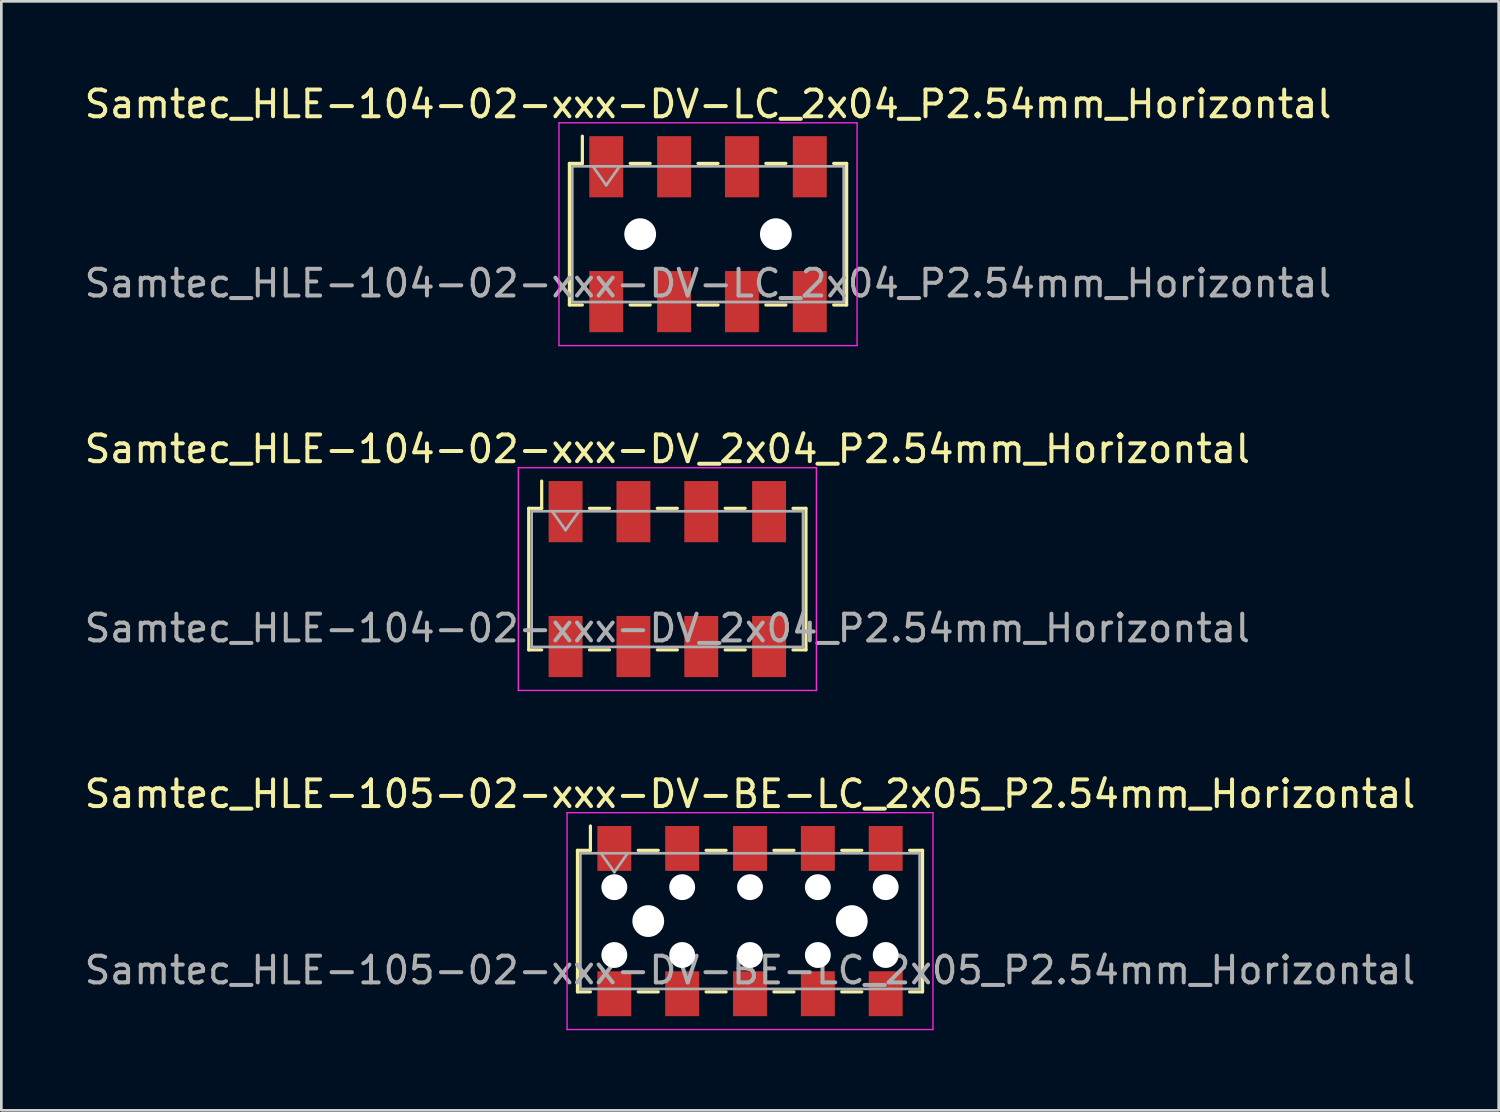
<source format=kicad_pcb>
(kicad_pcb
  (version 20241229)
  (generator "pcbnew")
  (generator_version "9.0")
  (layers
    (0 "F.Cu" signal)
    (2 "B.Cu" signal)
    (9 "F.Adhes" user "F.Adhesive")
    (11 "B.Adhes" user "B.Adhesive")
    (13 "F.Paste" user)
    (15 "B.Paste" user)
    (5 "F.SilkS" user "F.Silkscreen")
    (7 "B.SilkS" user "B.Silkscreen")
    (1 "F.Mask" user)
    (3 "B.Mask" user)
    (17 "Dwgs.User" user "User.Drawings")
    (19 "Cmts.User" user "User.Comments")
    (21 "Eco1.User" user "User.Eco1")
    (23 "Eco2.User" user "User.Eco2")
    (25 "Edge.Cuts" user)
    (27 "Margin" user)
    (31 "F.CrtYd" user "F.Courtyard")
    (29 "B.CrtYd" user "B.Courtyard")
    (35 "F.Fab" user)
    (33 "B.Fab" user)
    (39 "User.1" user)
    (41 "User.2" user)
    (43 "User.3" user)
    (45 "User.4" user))
  (footprint "Samtec_HLE-104-02-xxx-DV-LC_2x04_P2.54mm_Horizontal"
    (layer "F.Cu")
    (at 23.458 5.718)
    (property "Reference" "Samtec_HLE-104-02-xxx-DV-LC_2x04_P2.54mm_Horizontal" (at 0 -4.87 0) (layer "F.SilkS") (effects (font (size 1 1) (thickness 0.15))))
    (attr smd)
    (fp_line (start -5.19 -2.65) (end -5.19 2.65) (stroke (width 0.12) (type solid)) (layer "F.SilkS"))
    (fp_line (start -5.19 2.65) (end -4.705 2.65) (stroke (width 0.12) (type solid)) (layer "F.SilkS"))
    (fp_line (start -4.705 -3.67) (end -4.705 -2.65) (stroke (width 0.12) (type solid)) (layer "F.SilkS"))
    (fp_line (start -4.705 -2.65) (end -5.19 -2.65) (stroke (width 0.12) (type solid)) (layer "F.SilkS"))
    (fp_line (start -2.915 -2.65) (end -2.165 -2.65) (stroke (width 0.12) (type solid)) (layer "F.SilkS"))
    (fp_line (start -2.915 2.65) (end -2.165 2.65) (stroke (width 0.12) (type solid)) (layer "F.SilkS"))
    (fp_line (start -0.375 -2.65) (end 0.375 -2.65) (stroke (width 0.12) (type solid)) (layer "F.SilkS"))
    (fp_line (start -0.375 2.65) (end 0.375 2.65) (stroke (width 0.12) (type solid)) (layer "F.SilkS"))
    (fp_line (start 2.165 -2.65) (end 2.915 -2.65) (stroke (width 0.12) (type solid)) (layer "F.SilkS"))
    (fp_line (start 2.165 2.65) (end 2.915 2.65) (stroke (width 0.12) (type solid)) (layer "F.SilkS"))
    (fp_line (start 4.705 -2.65) (end 5.19 -2.65) (stroke (width 0.12) (type solid)) (layer "F.SilkS"))
    (fp_line (start 5.19 -2.65) (end 5.19 2.65) (stroke (width 0.12) (type solid)) (layer "F.SilkS"))
    (fp_line (start 5.19 2.65) (end 4.705 2.65) (stroke (width 0.12) (type solid)) (layer "F.SilkS"))
    (fp_line (start -5.58 -4.17) (end 5.58 -4.17) (stroke (width 0.05) (type solid)) (layer "F.CrtYd"))
    (fp_line (start -5.58 4.17) (end -5.58 -4.17) (stroke (width 0.05) (type solid)) (layer "F.CrtYd"))
    (fp_line (start 5.58 -4.17) (end 5.58 4.17) (stroke (width 0.05) (type solid)) (layer "F.CrtYd"))
    (fp_line (start 5.58 4.17) (end -5.58 4.17) (stroke (width 0.05) (type solid)) (layer "F.CrtYd"))
    (fp_line (start -5.08 -2.54) (end 5.08 -2.54) (stroke (width 0.1) (type solid)) (layer "F.Fab"))
    (fp_line (start -5.08 2.54) (end -5.08 -2.54) (stroke (width 0.1) (type solid)) (layer "F.Fab"))
    (fp_line (start -4.31 -2.54) (end -3.81 -1.833) (stroke (width 0.1) (type solid)) (layer "F.Fab"))
    (fp_line (start -3.81 -1.833) (end -3.31 -2.54) (stroke (width 0.1) (type solid)) (layer "F.Fab"))
    (fp_line (start 5.08 -2.54) (end 5.08 2.54) (stroke (width 0.1) (type solid)) (layer "F.Fab"))
    (fp_line (start 5.08 2.54) (end -5.08 2.54) (stroke (width 0.1) (type solid)) (layer "F.Fab"))
    (fp_text user "${REFERENCE}" (at 0 1.84 0) (layer "F.Fab") (effects (font (size 1 1) (thickness 0.15))))
    (pad "" np_thru_hole circle (at -2.54 0) (size 1.19 1.19) (drill 1.19) (layers "*.Cu" "*.Mask"))
    (pad "" np_thru_hole circle (at 2.54 0) (size 1.19 1.19) (drill 1.19) (layers "*.Cu" "*.Mask"))
    (pad "1" smd rect (at -3.81 -2.525) (size 1.27 2.29) (layers "F.Cu" "F.Mask" "F.Paste"))
    (pad "2" smd rect (at -3.81 2.525) (size 1.27 2.29) (layers "F.Cu" "F.Mask" "F.Paste"))
    (pad "3" smd rect (at -1.27 -2.525) (size 1.27 2.29) (layers "F.Cu" "F.Mask" "F.Paste"))
    (pad "4" smd rect (at -1.27 2.525) (size 1.27 2.29) (layers "F.Cu" "F.Mask" "F.Paste"))
    (pad "5" smd rect (at 1.27 -2.525) (size 1.27 2.29) (layers "F.Cu" "F.Mask" "F.Paste"))
    (pad "6" smd rect (at 1.27 2.525) (size 1.27 2.29) (layers "F.Cu" "F.Mask" "F.Paste"))
    (pad "7" smd rect (at 3.81 -2.525) (size 1.27 2.29) (layers "F.Cu" "F.Mask" "F.Paste"))
    (pad "8" smd rect (at 3.81 2.525) (size 1.27 2.29) (layers "F.Cu" "F.Mask" "F.Paste")))
  (footprint "Samtec_HLE-104-02-xxx-DV_2x04_P2.54mm_Horizontal"
    (layer "F.Cu")
    (at 21.935 18.631)
    (property "Reference" "Samtec_HLE-104-02-xxx-DV_2x04_P2.54mm_Horizontal" (at 0 -4.87 0) (layer "F.SilkS") (effects (font (size 1 1) (thickness 0.15))))
    (attr smd)
    (fp_line (start -5.19 -2.65) (end -5.19 2.65) (stroke (width 0.12) (type solid)) (layer "F.SilkS"))
    (fp_line (start -5.19 2.65) (end -4.705 2.65) (stroke (width 0.12) (type solid)) (layer "F.SilkS"))
    (fp_line (start -4.705 -3.67) (end -4.705 -2.65) (stroke (width 0.12) (type solid)) (layer "F.SilkS"))
    (fp_line (start -4.705 -2.65) (end -5.19 -2.65) (stroke (width 0.12) (type solid)) (layer "F.SilkS"))
    (fp_line (start -2.915 -2.65) (end -2.165 -2.65) (stroke (width 0.12) (type solid)) (layer "F.SilkS"))
    (fp_line (start -2.915 2.65) (end -2.165 2.65) (stroke (width 0.12) (type solid)) (layer "F.SilkS"))
    (fp_line (start -0.375 -2.65) (end 0.375 -2.65) (stroke (width 0.12) (type solid)) (layer "F.SilkS"))
    (fp_line (start -0.375 2.65) (end 0.375 2.65) (stroke (width 0.12) (type solid)) (layer "F.SilkS"))
    (fp_line (start 2.165 -2.65) (end 2.915 -2.65) (stroke (width 0.12) (type solid)) (layer "F.SilkS"))
    (fp_line (start 2.165 2.65) (end 2.915 2.65) (stroke (width 0.12) (type solid)) (layer "F.SilkS"))
    (fp_line (start 4.705 -2.65) (end 5.19 -2.65) (stroke (width 0.12) (type solid)) (layer "F.SilkS"))
    (fp_line (start 5.19 -2.65) (end 5.19 2.65) (stroke (width 0.12) (type solid)) (layer "F.SilkS"))
    (fp_line (start 5.19 2.65) (end 4.705 2.65) (stroke (width 0.12) (type solid)) (layer "F.SilkS"))
    (fp_line (start -5.58 -4.17) (end 5.58 -4.17) (stroke (width 0.05) (type solid)) (layer "F.CrtYd"))
    (fp_line (start -5.58 4.17) (end -5.58 -4.17) (stroke (width 0.05) (type solid)) (layer "F.CrtYd"))
    (fp_line (start 5.58 -4.17) (end 5.58 4.17) (stroke (width 0.05) (type solid)) (layer "F.CrtYd"))
    (fp_line (start 5.58 4.17) (end -5.58 4.17) (stroke (width 0.05) (type solid)) (layer "F.CrtYd"))
    (fp_line (start -5.08 -2.54) (end 5.08 -2.54) (stroke (width 0.1) (type solid)) (layer "F.Fab"))
    (fp_line (start -5.08 2.54) (end -5.08 -2.54) (stroke (width 0.1) (type solid)) (layer "F.Fab"))
    (fp_line (start -4.31 -2.54) (end -3.81 -1.833) (stroke (width 0.1) (type solid)) (layer "F.Fab"))
    (fp_line (start -3.81 -1.833) (end -3.31 -2.54) (stroke (width 0.1) (type solid)) (layer "F.Fab"))
    (fp_line (start 5.08 -2.54) (end 5.08 2.54) (stroke (width 0.1) (type solid)) (layer "F.Fab"))
    (fp_line (start 5.08 2.54) (end -5.08 2.54) (stroke (width 0.1) (type solid)) (layer "F.Fab"))
    (fp_text user "${REFERENCE}" (at 0 1.84 0) (layer "F.Fab") (effects (font (size 1 1) (thickness 0.15))))
    (pad "1" smd rect (at -3.81 -2.525) (size 1.27 2.29) (layers "F.Cu" "F.Mask" "F.Paste"))
    (pad "2" smd rect (at -3.81 2.525) (size 1.27 2.29) (layers "F.Cu" "F.Mask" "F.Paste"))
    (pad "3" smd rect (at -1.27 -2.525) (size 1.27 2.29) (layers "F.Cu" "F.Mask" "F.Paste"))
    (pad "4" smd rect (at -1.27 2.525) (size 1.27 2.29) (layers "F.Cu" "F.Mask" "F.Paste"))
    (pad "5" smd rect (at 1.27 -2.525) (size 1.27 2.29) (layers "F.Cu" "F.Mask" "F.Paste"))
    (pad "6" smd rect (at 1.27 2.525) (size 1.27 2.29) (layers "F.Cu" "F.Mask" "F.Paste"))
    (pad "7" smd rect (at 3.81 -2.525) (size 1.27 2.29) (layers "F.Cu" "F.Mask" "F.Paste"))
    (pad "8" smd rect (at 3.81 2.525) (size 1.27 2.29) (layers "F.Cu" "F.Mask" "F.Paste")))
  (footprint "Samtec_HLE-105-02-xxx-DV-BE-LC_2x05_P2.54mm_Horizontal"
    (layer "F.Cu")
    (at 25.03 31.435)
    (property "Reference" "Samtec_HLE-105-02-xxx-DV-BE-LC_2x05_P2.54mm_Horizontal" (at 0 -4.76 0) (layer "F.SilkS") (effects (font (size 1 1) (thickness 0.15))))
    (attr smd)
    (fp_line (start -6.46 -2.65) (end -6.46 2.65) (stroke (width 0.12) (type solid)) (layer "F.SilkS"))
    (fp_line (start -6.46 2.65) (end -5.975 2.65) (stroke (width 0.12) (type solid)) (layer "F.SilkS"))
    (fp_line (start -5.975 -3.56) (end -5.975 -2.65) (stroke (width 0.12) (type solid)) (layer "F.SilkS"))
    (fp_line (start -5.975 -2.65) (end -6.46 -2.65) (stroke (width 0.12) (type solid)) (layer "F.SilkS"))
    (fp_line (start -4.185 -2.65) (end -3.435 -2.65) (stroke (width 0.12) (type solid)) (layer "F.SilkS"))
    (fp_line (start -4.185 2.65) (end -3.435 2.65) (stroke (width 0.12) (type solid)) (layer "F.SilkS"))
    (fp_line (start -1.645 -2.65) (end -0.895 -2.65) (stroke (width 0.12) (type solid)) (layer "F.SilkS"))
    (fp_line (start -1.645 2.65) (end -0.895 2.65) (stroke (width 0.12) (type solid)) (layer "F.SilkS"))
    (fp_line (start 0.895 -2.65) (end 1.645 -2.65) (stroke (width 0.12) (type solid)) (layer "F.SilkS"))
    (fp_line (start 0.895 2.65) (end 1.645 2.65) (stroke (width 0.12) (type solid)) (layer "F.SilkS"))
    (fp_line (start 3.435 -2.65) (end 4.185 -2.65) (stroke (width 0.12) (type solid)) (layer "F.SilkS"))
    (fp_line (start 3.435 2.65) (end 4.185 2.65) (stroke (width 0.12) (type solid)) (layer "F.SilkS"))
    (fp_line (start 5.975 -2.65) (end 6.46 -2.65) (stroke (width 0.12) (type solid)) (layer "F.SilkS"))
    (fp_line (start 6.46 -2.65) (end 6.46 2.65) (stroke (width 0.12) (type solid)) (layer "F.SilkS"))
    (fp_line (start 6.46 2.65) (end 5.975 2.65) (stroke (width 0.12) (type solid)) (layer "F.SilkS"))
    (fp_line (start -6.85 -4.06) (end 6.85 -4.06) (stroke (width 0.05) (type solid)) (layer "F.CrtYd"))
    (fp_line (start -6.85 4.06) (end -6.85 -4.06) (stroke (width 0.05) (type solid)) (layer "F.CrtYd"))
    (fp_line (start 6.85 -4.06) (end 6.85 4.06) (stroke (width 0.05) (type solid)) (layer "F.CrtYd"))
    (fp_line (start 6.85 4.06) (end -6.85 4.06) (stroke (width 0.05) (type solid)) (layer "F.CrtYd"))
    (fp_line (start -6.35 -2.54) (end 6.35 -2.54) (stroke (width 0.1) (type solid)) (layer "F.Fab"))
    (fp_line (start -6.35 2.54) (end -6.35 -2.54) (stroke (width 0.1) (type solid)) (layer "F.Fab"))
    (fp_line (start -5.58 -2.54) (end -5.08 -1.833) (stroke (width 0.1) (type solid)) (layer "F.Fab"))
    (fp_line (start -5.08 -1.833) (end -4.58 -2.54) (stroke (width 0.1) (type solid)) (layer "F.Fab"))
    (fp_line (start 6.35 -2.54) (end 6.35 2.54) (stroke (width 0.1) (type solid)) (layer "F.Fab"))
    (fp_line (start 6.35 2.54) (end -6.35 2.54) (stroke (width 0.1) (type solid)) (layer "F.Fab"))
    (fp_text user "${REFERENCE}" (at 0 1.84 0) (layer "F.Fab") (effects (font (size 1 1) (thickness 0.15))))
    (pad "" np_thru_hole circle (at -5.08 -1.27) (size 0.97 0.97) (drill 0.97) (layers "*.Cu" "*.Mask"))
    (pad "" np_thru_hole circle (at -5.08 1.27) (size 0.97 0.97) (drill 0.97) (layers "*.Cu" "*.Mask"))
    (pad "" np_thru_hole circle (at -3.81 0) (size 1.19 1.19) (drill 1.19) (layers "*.Cu" "*.Mask"))
    (pad "" np_thru_hole circle (at -2.54 -1.27) (size 0.97 0.97) (drill 0.97) (layers "*.Cu" "*.Mask"))
    (pad "" np_thru_hole circle (at -2.54 1.27) (size 0.97 0.97) (drill 0.97) (layers "*.Cu" "*.Mask"))
    (pad "" np_thru_hole circle (at 0 -1.27) (size 0.97 0.97) (drill 0.97) (layers "*.Cu" "*.Mask"))
    (pad "" np_thru_hole circle (at 0 1.27) (size 0.97 0.97) (drill 0.97) (layers "*.Cu" "*.Mask"))
    (pad "" np_thru_hole circle (at 2.54 -1.27) (size 0.97 0.97) (drill 0.97) (layers "*.Cu" "*.Mask"))
    (pad "" np_thru_hole circle (at 2.54 1.27) (size 0.97 0.97) (drill 0.97) (layers "*.Cu" "*.Mask"))
    (pad "" np_thru_hole circle (at 3.81 0) (size 1.19 1.19) (drill 1.19) (layers "*.Cu" "*.Mask"))
    (pad "" np_thru_hole circle (at 5.08 -1.27) (size 0.97 0.97) (drill 0.97) (layers "*.Cu" "*.Mask"))
    (pad "" np_thru_hole circle (at 5.08 1.27) (size 0.97 0.97) (drill 0.97) (layers "*.Cu" "*.Mask"))
    (pad "1" smd rect (at -5.08 -2.72) (size 1.27 1.68) (layers "F.Cu" "F.Mask" "F.Paste"))
    (pad "2" smd rect (at -5.08 2.72) (size 1.27 1.68) (layers "F.Cu" "F.Mask" "F.Paste"))
    (pad "3" smd rect (at -2.54 -2.72) (size 1.27 1.68) (layers "F.Cu" "F.Mask" "F.Paste"))
    (pad "4" smd rect (at -2.54 2.72) (size 1.27 1.68) (layers "F.Cu" "F.Mask" "F.Paste"))
    (pad "5" smd rect (at 0 -2.72) (size 1.27 1.68) (layers "F.Cu" "F.Mask" "F.Paste"))
    (pad "6" smd rect (at 0 2.72) (size 1.27 1.68) (layers "F.Cu" "F.Mask" "F.Paste"))
    (pad "7" smd rect (at 2.54 -2.72) (size 1.27 1.68) (layers "F.Cu" "F.Mask" "F.Paste"))
    (pad "8" smd rect (at 2.54 2.72) (size 1.27 1.68) (layers "F.Cu" "F.Mask" "F.Paste"))
    (pad "9" smd rect (at 5.08 -2.72) (size 1.27 1.68) (layers "F.Cu" "F.Mask" "F.Paste"))
    (pad "10" smd rect (at 5.08 2.72) (size 1.27 1.68) (layers "F.Cu" "F.Mask" "F.Paste")))
  (gr_rect
    (start -3 -3)
    (end 53.06 38.52)
    (stroke (width 0.1) (type default))
    (fill no)
    (layer "Edge.Cuts")))
</source>
